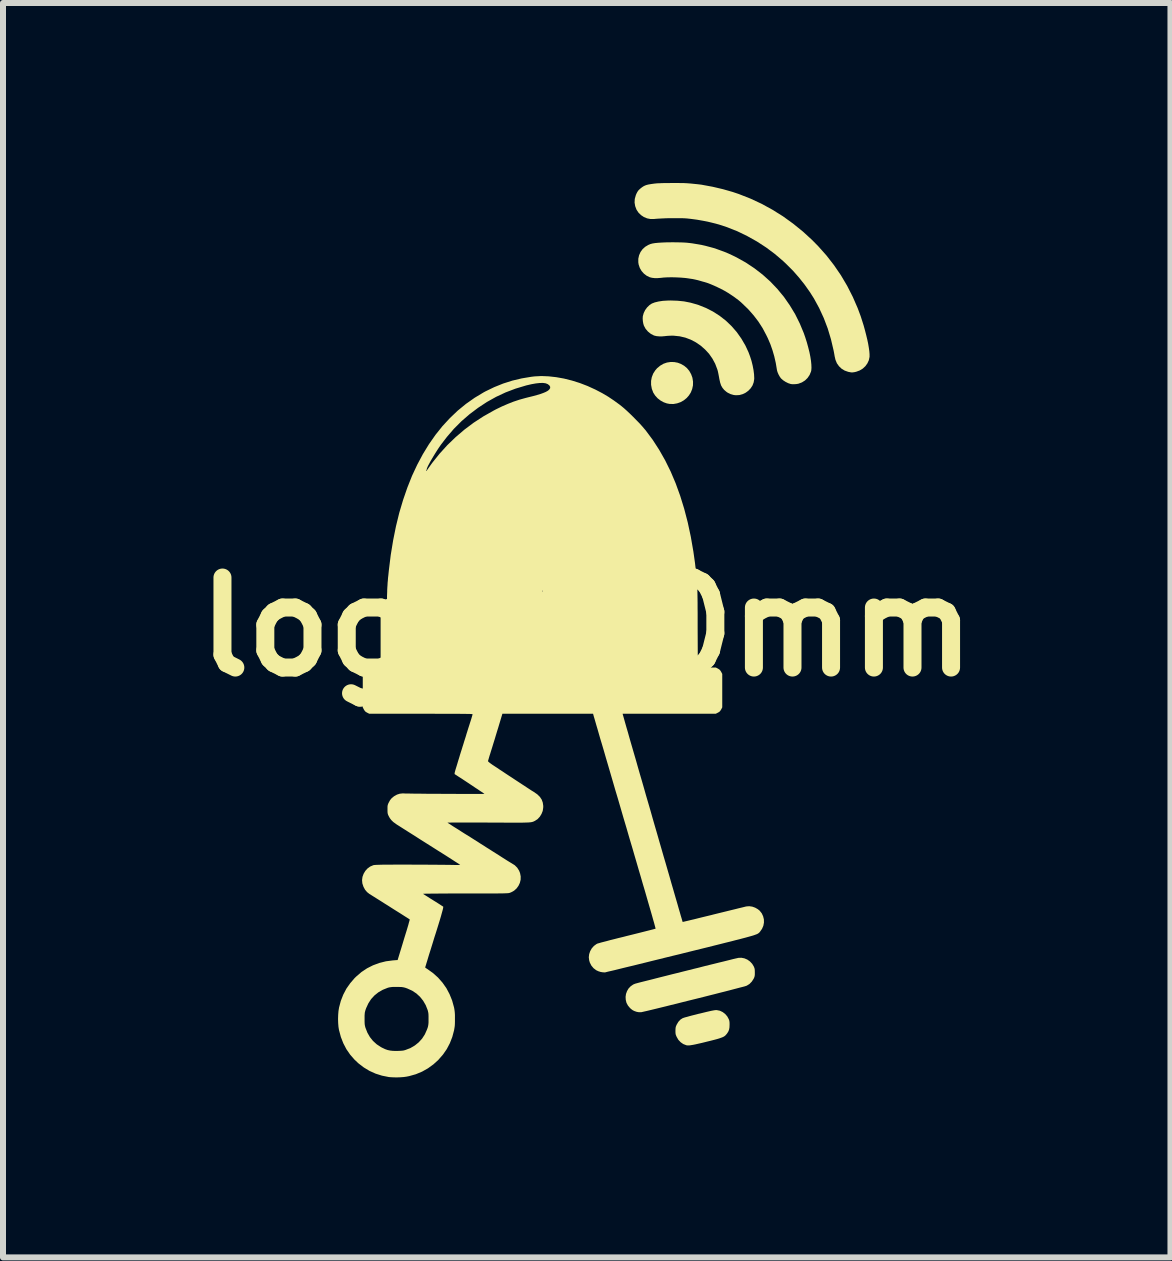
<source format=kicad_pcb>
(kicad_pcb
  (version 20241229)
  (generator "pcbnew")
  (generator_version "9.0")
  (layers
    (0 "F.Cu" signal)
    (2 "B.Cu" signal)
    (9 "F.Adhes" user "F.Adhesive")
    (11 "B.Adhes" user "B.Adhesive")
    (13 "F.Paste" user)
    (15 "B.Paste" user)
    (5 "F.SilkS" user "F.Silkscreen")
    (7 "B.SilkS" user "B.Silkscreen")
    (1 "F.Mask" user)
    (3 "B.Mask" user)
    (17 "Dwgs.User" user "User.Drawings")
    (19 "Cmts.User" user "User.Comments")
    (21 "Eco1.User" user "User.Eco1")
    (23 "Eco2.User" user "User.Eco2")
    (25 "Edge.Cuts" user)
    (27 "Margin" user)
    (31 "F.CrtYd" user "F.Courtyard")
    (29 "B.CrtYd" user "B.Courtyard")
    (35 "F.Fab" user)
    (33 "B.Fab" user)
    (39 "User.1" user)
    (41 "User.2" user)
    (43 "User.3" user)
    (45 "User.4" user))
  (footprint "logo_10mm"
    (layer "F.Cu")
    (at 6.729 7.397)
    (property "Reference" "logo_10mm" (at 0 0 0) (layer "F.SilkS") (effects (font (size 1.5 1.5) (thickness 0.3))))
    (attr board_only exclude_from_pos_files exclude_from_bom)
    (fp_poly (pts (xy 1.457 -4.413) (xy 1.516 -4.402) (xy 1.571 -4.381) (xy 1.623 -4.351) (xy 1.67 -4.312) (xy 1.709 -4.265) (xy 1.74 -4.209) (xy 1.761 -4.151) (xy 1.771 -4.087) (xy 1.77 -4.024) (xy 1.757 -3.964) (xy 1.735 -3.908) (xy 1.703 -3.857) (xy 1.663 -3.812) (xy 1.617 -3.775) (xy 1.564 -3.745) (xy 1.507 -3.725) (xy 1.446 -3.714) (xy 1.382 -3.715) (xy 1.334 -3.724) (xy 1.281 -3.743) (xy 1.229 -3.772) (xy 1.181 -3.809) (xy 1.141 -3.853) (xy 1.11 -3.9) (xy 1.108 -3.904) (xy 1.084 -3.968) (xy 1.072 -4.034) (xy 1.072 -4.099) (xy 1.084 -4.162) (xy 1.108 -4.223) (xy 1.144 -4.278) (xy 1.173 -4.311) (xy 1.224 -4.353) (xy 1.279 -4.385) (xy 1.337 -4.405) (xy 1.397 -4.414)) (stroke (width 0) (type solid)) (fill yes) (layer "F.SilkS"))
    (fp_poly (pts (xy 2.169 6.388) (xy 2.17 6.388) (xy 2.219 6.398) (xy 2.265 6.42) (xy 2.307 6.452) (xy 2.342 6.493) (xy 2.362 6.53) (xy 2.371 6.549) (xy 2.376 6.567) (xy 2.379 6.588) (xy 2.38 6.615) (xy 2.38 6.633) (xy 2.378 6.678) (xy 2.371 6.715) (xy 2.358 6.747) (xy 2.337 6.779) (xy 2.327 6.791) (xy 2.315 6.805) (xy 2.302 6.817) (xy 2.286 6.828) (xy 2.266 6.838) (xy 2.24 6.848) (xy 2.209 6.859) (xy 2.169 6.871) (xy 2.12 6.884) (xy 2.061 6.899) (xy 1.991 6.916) (xy 1.988 6.917) (xy 1.919 6.934) (xy 1.861 6.947) (xy 1.813 6.958) (xy 1.773 6.966) (xy 1.742 6.971) (xy 1.716 6.975) (xy 1.696 6.976) (xy 1.679 6.976) (xy 1.664 6.974) (xy 1.657 6.972) (xy 1.608 6.953) (xy 1.565 6.923) (xy 1.527 6.883) (xy 1.499 6.835) (xy 1.489 6.812) (xy 1.482 6.792) (xy 1.479 6.771) (xy 1.478 6.744) (xy 1.478 6.732) (xy 1.479 6.701) (xy 1.481 6.679) (xy 1.486 6.659) (xy 1.495 6.638) (xy 1.499 6.629) (xy 1.527 6.582) (xy 1.562 6.545) (xy 1.598 6.522) (xy 1.612 6.517) (xy 1.636 6.509) (xy 1.671 6.5) (xy 1.713 6.488) (xy 1.762 6.475) (xy 1.815 6.462) (xy 1.872 6.447) (xy 1.88 6.446) (xy 1.945 6.43) (xy 1.998 6.417) (xy 2.042 6.407) (xy 2.077 6.399) (xy 2.104 6.394) (xy 2.126 6.39) (xy 2.143 6.388) (xy 2.157 6.387)) (stroke (width 0) (type solid)) (fill yes) (layer "F.SilkS"))
    (fp_poly (pts (xy 1.513 -5.435) (xy 1.621 -5.424) (xy 1.728 -5.403) (xy 1.835 -5.373) (xy 1.86 -5.365) (xy 1.985 -5.315) (xy 2.103 -5.255) (xy 2.214 -5.184) (xy 2.318 -5.103) (xy 2.413 -5.012) (xy 2.5 -4.912) (xy 2.577 -4.803) (xy 2.645 -4.686) (xy 2.695 -4.578) (xy 2.722 -4.506) (xy 2.746 -4.431) (xy 2.765 -4.354) (xy 2.779 -4.28) (xy 2.788 -4.21) (xy 2.791 -4.147) (xy 2.791 -4.131) (xy 2.782 -4.075) (xy 2.762 -4.022) (xy 2.732 -3.976) (xy 2.693 -3.935) (xy 2.648 -3.902) (xy 2.598 -3.878) (xy 2.544 -3.863) (xy 2.487 -3.86) (xy 2.449 -3.864) (xy 2.396 -3.879) (xy 2.349 -3.902) (xy 2.326 -3.918) (xy 2.29 -3.949) (xy 2.262 -3.983) (xy 2.239 -4.023) (xy 2.223 -4.071) (xy 2.21 -4.129) (xy 2.206 -4.152) (xy 2.199 -4.19) (xy 2.191 -4.231) (xy 2.183 -4.267) (xy 2.175 -4.293) (xy 2.14 -4.385) (xy 2.093 -4.472) (xy 2.037 -4.552) (xy 1.971 -4.623) (xy 1.898 -4.687) (xy 1.819 -4.741) (xy 1.733 -4.786) (xy 1.643 -4.82) (xy 1.549 -4.842) (xy 1.452 -4.852) (xy 1.429 -4.853) (xy 1.392 -4.852) (xy 1.352 -4.85) (xy 1.317 -4.847) (xy 1.304 -4.845) (xy 1.256 -4.841) (xy 1.208 -4.841) (xy 1.163 -4.845) (xy 1.126 -4.854) (xy 1.119 -4.856) (xy 1.066 -4.884) (xy 1.019 -4.922) (xy 0.98 -4.968) (xy 0.952 -5.02) (xy 0.942 -5.054) (xy 0.935 -5.094) (xy 0.932 -5.137) (xy 0.934 -5.175) (xy 0.935 -5.179) (xy 0.949 -5.23) (xy 0.973 -5.279) (xy 1.006 -5.324) (xy 1.044 -5.361) (xy 1.084 -5.388) (xy 1.133 -5.407) (xy 1.195 -5.422) (xy 1.267 -5.433) (xy 1.35 -5.438) (xy 1.397 -5.439)) (stroke (width 0) (type solid)) (fill yes) (layer "F.SilkS"))
    (fp_poly (pts (xy 2.628 5.525) (xy 2.677 5.546) (xy 2.72 5.577) (xy 2.757 5.616) (xy 2.784 5.661) (xy 2.792 5.681) (xy 2.798 5.7) (xy 2.8 5.721) (xy 2.801 5.75) (xy 2.801 5.761) (xy 2.801 5.792) (xy 2.799 5.814) (xy 2.795 5.832) (xy 2.788 5.851) (xy 2.78 5.867) (xy 2.75 5.913) (xy 2.712 5.952) (xy 2.667 5.98) (xy 2.664 5.981) (xy 2.653 5.985) (xy 2.631 5.992) (xy 2.597 6.001) (xy 2.553 6.012) (xy 2.5 6.026) (xy 2.439 6.042) (xy 2.371 6.06) (xy 2.297 6.079) (xy 2.217 6.099) (xy 2.132 6.121) (xy 2.044 6.143) (xy 1.954 6.166) (xy 1.862 6.189) (xy 1.769 6.212) (xy 1.676 6.235) (xy 1.584 6.258) (xy 1.494 6.281) (xy 1.407 6.302) (xy 1.324 6.323) (xy 1.246 6.342) (xy 1.173 6.36) (xy 1.107 6.376) (xy 1.049 6.39) (xy 0.999 6.402) (xy 0.958 6.411) (xy 0.928 6.418) (xy 0.909 6.422) (xy 0.904 6.422) (xy 0.865 6.422) (xy 0.831 6.416) (xy 0.796 6.404) (xy 0.767 6.39) (xy 0.74 6.37) (xy 0.72 6.352) (xy 0.686 6.311) (xy 0.662 6.266) (xy 0.65 6.217) (xy 0.647 6.167) (xy 0.654 6.118) (xy 0.671 6.071) (xy 0.696 6.028) (xy 0.731 5.991) (xy 0.774 5.961) (xy 0.805 5.948) (xy 0.815 5.945) (xy 0.837 5.939) (xy 0.87 5.93) (xy 0.913 5.919) (xy 0.965 5.906) (xy 1.025 5.891) (xy 1.093 5.874) (xy 1.166 5.855) (xy 1.245 5.835) (xy 1.329 5.814) (xy 1.415 5.792) (xy 1.505 5.77) (xy 1.596 5.747) (xy 1.688 5.724) (xy 1.779 5.701) (xy 1.87 5.679) (xy 1.958 5.656) (xy 2.043 5.635) (xy 2.125 5.615) (xy 2.201 5.596) (xy 2.272 5.579) (xy 2.336 5.563) (xy 2.392 5.549) (xy 2.439 5.537) (xy 2.478 5.528) (xy 2.505 5.522) (xy 2.522 5.518) (xy 2.525 5.517) (xy 2.577 5.515)) (stroke (width 0) (type solid)) (fill yes) (layer "F.SilkS"))
    (fp_poly (pts (xy 1.523 -7.397) (xy 1.572 -7.396) (xy 1.615 -7.396) (xy 1.65 -7.394) (xy 1.672 -7.393) (xy 1.736 -7.388) (xy 1.794 -7.382) (xy 1.845 -7.377) (xy 1.887 -7.372) (xy 1.918 -7.368) (xy 1.922 -7.367) (xy 2.1 -7.334) (xy 2.27 -7.294) (xy 2.431 -7.248) (xy 2.535 -7.213) (xy 2.726 -7.138) (xy 2.913 -7.051) (xy 3.094 -6.952) (xy 3.27 -6.842) (xy 3.439 -6.72) (xy 3.602 -6.588) (xy 3.758 -6.445) (xy 3.86 -6.341) (xy 3.996 -6.188) (xy 4.121 -6.027) (xy 4.236 -5.859) (xy 4.34 -5.683) (xy 4.433 -5.5) (xy 4.515 -5.312) (xy 4.565 -5.178) (xy 4.59 -5.1) (xy 4.615 -5.021) (xy 4.637 -4.941) (xy 4.657 -4.863) (xy 4.675 -4.788) (xy 4.69 -4.717) (xy 4.701 -4.651) (xy 4.709 -4.594) (xy 4.713 -4.545) (xy 4.713 -4.506) (xy 4.713 -4.5) (xy 4.701 -4.443) (xy 4.677 -4.391) (xy 4.643 -4.344) (xy 4.6 -4.304) (xy 4.549 -4.273) (xy 4.492 -4.252) (xy 4.468 -4.246) (xy 4.435 -4.241) (xy 4.405 -4.241) (xy 4.373 -4.247) (xy 4.357 -4.25) (xy 4.298 -4.271) (xy 4.247 -4.302) (xy 4.204 -4.343) (xy 4.169 -4.392) (xy 4.145 -4.45) (xy 4.131 -4.51) (xy 4.128 -4.529) (xy 4.123 -4.557) (xy 4.117 -4.589) (xy 4.114 -4.605) (xy 4.07 -4.792) (xy 4.016 -4.972) (xy 3.95 -5.146) (xy 3.873 -5.313) (xy 3.786 -5.473) (xy 3.718 -5.58) (xy 3.631 -5.703) (xy 3.538 -5.82) (xy 3.439 -5.933) (xy 3.329 -6.043) (xy 3.272 -6.097) (xy 3.135 -6.214) (xy 2.989 -6.323) (xy 2.835 -6.423) (xy 2.674 -6.513) (xy 2.509 -6.593) (xy 2.34 -6.66) (xy 2.245 -6.692) (xy 2.153 -6.719) (xy 2.052 -6.744) (xy 1.947 -6.766) (xy 1.84 -6.785) (xy 1.736 -6.799) (xy 1.672 -6.806) (xy 1.629 -6.809) (xy 1.575 -6.811) (xy 1.514 -6.811) (xy 1.448 -6.811) (xy 1.38 -6.811) (xy 1.312 -6.809) (xy 1.247 -6.806) (xy 1.189 -6.803) (xy 1.139 -6.799) (xy 1.118 -6.797) (xy 1.061 -6.797) (xy 1.005 -6.808) (xy 0.952 -6.83) (xy 0.904 -6.862) (xy 0.863 -6.902) (xy 0.831 -6.949) (xy 0.83 -6.951) (xy 0.807 -7.011) (xy 0.797 -7.071) (xy 0.8 -7.131) (xy 0.817 -7.192) (xy 0.827 -7.217) (xy 0.842 -7.246) (xy 0.856 -7.268) (xy 0.874 -7.287) (xy 0.895 -7.306) (xy 0.921 -7.326) (xy 0.945 -7.342) (xy 0.971 -7.355) (xy 0.999 -7.365) (xy 1.033 -7.373) (xy 1.075 -7.38) (xy 1.126 -7.387) (xy 1.155 -7.39) (xy 1.178 -7.392) (xy 1.212 -7.393) (xy 1.254 -7.395) (xy 1.303 -7.396) (xy 1.357 -7.396) (xy 1.413 -7.397) (xy 1.469 -7.397)) (stroke (width 0) (type solid)) (fill yes) (layer "F.SilkS"))
    (fp_poly (pts (xy 1.448 -6.409) (xy 1.515 -6.408) (xy 1.572 -6.407) (xy 1.622 -6.405) (xy 1.667 -6.402) (xy 1.713 -6.397) (xy 1.76 -6.391) (xy 1.814 -6.382) (xy 1.875 -6.372) (xy 1.89 -6.369) (xy 1.914 -6.365) (xy 1.935 -6.36) (xy 1.957 -6.355) (xy 1.983 -6.349) (xy 2.016 -6.34) (xy 2.054 -6.33) (xy 2.08 -6.323) (xy 2.106 -6.316) (xy 2.117 -6.313) (xy 2.137 -6.307) (xy 2.154 -6.301) (xy 2.156 -6.3) (xy 2.168 -6.296) (xy 2.189 -6.288) (xy 2.215 -6.279) (xy 2.225 -6.275) (xy 2.294 -6.25) (xy 2.361 -6.222) (xy 2.43 -6.19) (xy 2.499 -6.156) (xy 2.651 -6.071) (xy 2.795 -5.975) (xy 2.931 -5.87) (xy 3.059 -5.755) (xy 3.177 -5.631) (xy 3.286 -5.499) (xy 3.384 -5.358) (xy 3.473 -5.211) (xy 3.55 -5.056) (xy 3.617 -4.895) (xy 3.641 -4.826) (xy 3.668 -4.741) (xy 3.691 -4.657) (xy 3.711 -4.578) (xy 3.726 -4.503) (xy 3.737 -4.433) (xy 3.743 -4.372) (xy 3.745 -4.318) (xy 3.742 -4.275) (xy 3.737 -4.254) (xy 3.714 -4.198) (xy 3.68 -4.148) (xy 3.637 -4.106) (xy 3.586 -4.074) (xy 3.53 -4.053) (xy 3.523 -4.051) (xy 3.492 -4.046) (xy 3.457 -4.044) (xy 3.424 -4.044) (xy 3.4 -4.047) (xy 3.357 -4.061) (xy 3.313 -4.083) (xy 3.273 -4.109) (xy 3.24 -4.138) (xy 3.233 -4.146) (xy 3.213 -4.175) (xy 3.194 -4.21) (xy 3.179 -4.246) (xy 3.17 -4.278) (xy 3.17 -4.279) (xy 3.15 -4.398) (xy 3.125 -4.508) (xy 3.095 -4.611) (xy 3.06 -4.711) (xy 3.017 -4.811) (xy 2.992 -4.862) (xy 2.93 -4.979) (xy 2.86 -5.088) (xy 2.781 -5.191) (xy 2.693 -5.291) (xy 2.593 -5.388) (xy 2.558 -5.42) (xy 2.528 -5.445) (xy 2.489 -5.474) (xy 2.447 -5.505) (xy 2.402 -5.535) (xy 2.36 -5.563) (xy 2.341 -5.574) (xy 2.292 -5.603) (xy 2.238 -5.631) (xy 2.181 -5.659) (xy 2.125 -5.685) (xy 2.071 -5.708) (xy 2.023 -5.727) (xy 1.984 -5.74) (xy 1.978 -5.741) (xy 1.963 -5.746) (xy 1.94 -5.752) (xy 1.912 -5.76) (xy 1.899 -5.764) (xy 1.853 -5.777) (xy 1.81 -5.787) (xy 1.768 -5.796) (xy 1.721 -5.803) (xy 1.667 -5.811) (xy 1.643 -5.814) (xy 1.572 -5.82) (xy 1.496 -5.824) (xy 1.419 -5.826) (xy 1.344 -5.825) (xy 1.276 -5.821) (xy 1.244 -5.817) (xy 1.183 -5.812) (xy 1.131 -5.812) (xy 1.088 -5.817) (xy 1.051 -5.826) (xy 0.999 -5.851) (xy 0.952 -5.887) (xy 0.913 -5.931) (xy 0.884 -5.981) (xy 0.865 -6.037) (xy 0.859 -6.074) (xy 0.859 -6.135) (xy 0.872 -6.193) (xy 0.896 -6.247) (xy 0.93 -6.294) (xy 0.974 -6.334) (xy 1.026 -6.365) (xy 1.062 -6.38) (xy 1.096 -6.389) (xy 1.139 -6.396) (xy 1.192 -6.401) (xy 1.256 -6.405) (xy 1.331 -6.408) (xy 1.418 -6.409)) (stroke (width 0) (type solid)) (fill yes) (layer "F.SilkS"))
    (fp_poly (pts (xy -0.635 -4.175) (xy -0.509 -4.161) (xy -0.38 -4.138) (xy -0.248 -4.105) (xy -0.117 -4.064) (xy 0.013 -4.014) (xy 0.14 -3.956) (xy 0.152 -3.95) (xy 0.259 -3.894) (xy 0.357 -3.836) (xy 0.451 -3.773) (xy 0.546 -3.704) (xy 0.579 -3.678) (xy 0.621 -3.643) (xy 0.669 -3.6) (xy 0.72 -3.552) (xy 0.774 -3.499) (xy 0.827 -3.445) (xy 0.879 -3.392) (xy 0.925 -3.341) (xy 0.965 -3.294) (xy 0.983 -3.273) (xy 1.099 -3.117) (xy 1.207 -2.95) (xy 1.307 -2.774) (xy 1.399 -2.587) (xy 1.482 -2.391) (xy 1.557 -2.184) (xy 1.624 -1.967) (xy 1.683 -1.74) (xy 1.734 -1.502) (xy 1.777 -1.254) (xy 1.804 -1.063) (xy 1.81 -1.01) (xy 1.816 -0.963) (xy 1.821 -0.919) (xy 1.826 -0.878) (xy 1.83 -0.839) (xy 1.833 -0.801) (xy 1.836 -0.763) (xy 1.839 -0.723) (xy 1.841 -0.681) (xy 1.842 -0.636) (xy 1.844 -0.586) (xy 1.845 -0.53) (xy 1.846 -0.468) (xy 1.847 -0.398) (xy 1.847 -0.32) (xy 1.848 -0.232) (xy 1.848 -0.133) (xy 1.848 -0.022) (xy 1.848 0.005) (xy 1.851 0.678) (xy 2.001 0.678) (xy 2.151 0.678) (xy 2.186 0.696) (xy 2.21 0.711) (xy 2.226 0.728) (xy 2.24 0.75) (xy 2.258 0.785) (xy 2.258 1.063) (xy 2.258 1.342) (xy 2.24 1.377) (xy 2.225 1.4) (xy 2.209 1.417) (xy 2.186 1.43) (xy 2.151 1.448) (xy 1.375 1.448) (xy 0.598 1.448) (xy 0.602 1.467) (xy 0.605 1.476) (xy 0.611 1.497) (xy 0.62 1.529) (xy 0.632 1.572) (xy 0.647 1.625) (xy 0.665 1.688) (xy 0.686 1.759) (xy 0.708 1.838) (xy 0.733 1.925) (xy 0.76 2.018) (xy 0.789 2.118) (xy 0.82 2.224) (xy 0.851 2.334) (xy 0.884 2.449) (xy 0.919 2.568) (xy 0.954 2.69) (xy 0.989 2.814) (xy 1.026 2.94) (xy 1.063 3.067) (xy 1.099 3.195) (xy 1.136 3.323) (xy 1.173 3.45) (xy 1.209 3.576) (xy 1.245 3.7) (xy 1.28 3.822) (xy 1.315 3.94) (xy 1.348 4.055) (xy 1.38 4.165) (xy 1.41 4.271) (xy 1.439 4.37) (xy 1.466 4.464) (xy 1.491 4.55) (xy 1.514 4.629) (xy 1.534 4.7) (xy 1.552 4.761) (xy 1.567 4.814) (xy 1.58 4.857) (xy 1.589 4.888) (xy 1.595 4.909) (xy 1.598 4.918) (xy 1.598 4.918) (xy 1.604 4.917) (xy 1.623 4.913) (xy 1.652 4.906) (xy 1.691 4.897) (xy 1.74 4.885) (xy 1.796 4.872) (xy 1.859 4.856) (xy 1.928 4.839) (xy 2.002 4.821) (xy 2.081 4.802) (xy 2.115 4.793) (xy 2.196 4.773) (xy 2.274 4.754) (xy 2.347 4.736) (xy 2.416 4.719) (xy 2.478 4.704) (xy 2.533 4.69) (xy 2.58 4.679) (xy 2.617 4.67) (xy 2.644 4.663) (xy 2.66 4.66) (xy 2.663 4.659) (xy 2.709 4.656) (xy 2.758 4.663) (xy 2.806 4.68) (xy 2.85 4.705) (xy 2.881 4.73) (xy 2.916 4.774) (xy 2.939 4.823) (xy 2.952 4.875) (xy 2.953 4.929) (xy 2.943 4.982) (xy 2.921 5.033) (xy 2.888 5.08) (xy 2.883 5.086) (xy 2.878 5.092) (xy 2.872 5.098) (xy 2.866 5.103) (xy 2.859 5.108) (xy 2.85 5.114) (xy 2.838 5.12) (xy 2.824 5.126) (xy 2.806 5.132) (xy 2.785 5.14) (xy 2.759 5.148) (xy 2.727 5.157) (xy 2.691 5.167) (xy 2.648 5.179) (xy 2.598 5.192) (xy 2.542 5.207) (xy 2.477 5.223) (xy 2.405 5.242) (xy 2.323 5.262) (xy 2.232 5.285) (xy 2.132 5.31) (xy 2.021 5.338) (xy 1.899 5.368) (xy 1.765 5.401) (xy 1.62 5.437) (xy 1.561 5.452) (xy 1.436 5.482) (xy 1.314 5.512) (xy 1.197 5.541) (xy 1.083 5.569) (xy 0.975 5.596) (xy 0.873 5.621) (xy 0.777 5.645) (xy 0.688 5.666) (xy 0.606 5.686) (xy 0.533 5.704) (xy 0.469 5.72) (xy 0.414 5.733) (xy 0.369 5.743) (xy 0.336 5.751) (xy 0.314 5.757) (xy 0.304 5.759) (xy 0.303 5.759) (xy 0.271 5.758) (xy 0.233 5.752) (xy 0.194 5.74) (xy 0.16 5.724) (xy 0.159 5.724) (xy 0.113 5.689) (xy 0.077 5.646) (xy 0.051 5.595) (xy 0.04 5.557) (xy 0.034 5.507) (xy 0.04 5.455) (xy 0.057 5.405) (xy 0.083 5.359) (xy 0.118 5.319) (xy 0.16 5.288) (xy 0.173 5.281) (xy 0.183 5.277) (xy 0.206 5.271) (xy 0.239 5.261) (xy 0.282 5.25) (xy 0.333 5.237) (xy 0.391 5.221) (xy 0.456 5.205) (xy 0.526 5.187) (xy 0.601 5.169) (xy 0.671 5.151) (xy 0.748 5.132) (xy 0.82 5.114) (xy 0.888 5.097) (xy 0.951 5.081) (xy 1.006 5.067) (xy 1.054 5.055) (xy 1.093 5.045) (xy 1.122 5.037) (xy 1.141 5.032) (xy 1.147 5.03) (xy 1.146 5.023) (xy 1.141 5.005) (xy 1.133 4.975) (xy 1.122 4.934) (xy 1.107 4.882) (xy 1.09 4.821) (xy 1.07 4.751) (xy 1.047 4.672) (xy 1.022 4.586) (xy 0.995 4.492) (xy 0.966 4.391) (xy 0.934 4.284) (xy 0.902 4.172) (xy 0.867 4.054) (xy 0.832 3.933) (xy 0.795 3.807) (xy 0.765 3.703) (xy 0.712 3.525) (xy 0.662 3.352) (xy 0.612 3.184) (xy 0.565 3.022) (xy 0.519 2.864) (xy 0.474 2.714) (xy 0.432 2.569) (xy 0.392 2.432) (xy 0.354 2.302) (xy 0.318 2.18) (xy 0.285 2.065) (xy 0.254 1.96) (xy 0.225 1.864) (xy 0.2 1.777) (xy 0.178 1.7) (xy 0.158 1.633) (xy 0.142 1.577) (xy 0.129 1.532) (xy 0.119 1.499) (xy 0.113 1.477) (xy 0.111 1.47) (xy 0.105 1.448) (xy -0.65 1.448) (xy -1.406 1.448) (xy -1.476 1.681) (xy -1.495 1.742) (xy -1.515 1.808) (xy -1.535 1.875) (xy -1.555 1.939) (xy -1.573 1.998) (xy -1.589 2.049) (xy -1.596 2.071) (xy -1.609 2.114) (xy -1.622 2.154) (xy -1.632 2.189) (xy -1.64 2.216) (xy -1.645 2.233) (xy -1.646 2.239) (xy -1.64 2.247) (xy -1.624 2.261) (xy -1.599 2.28) (xy -1.565 2.304) (xy -1.555 2.31) (xy -1.531 2.326) (xy -1.497 2.348) (xy -1.456 2.376) (xy -1.408 2.407) (xy -1.356 2.442) (xy -1.3 2.479) (xy -1.243 2.516) (xy -1.195 2.548) (xy -1.14 2.584) (xy -1.087 2.619) (xy -1.036 2.652) (xy -0.991 2.682) (xy -0.951 2.708) (xy -0.919 2.729) (xy -0.894 2.744) (xy -0.88 2.753) (xy -0.825 2.791) (xy -0.782 2.833) (xy -0.751 2.879) (xy -0.733 2.929) (xy -0.725 2.985) (xy -0.726 3.015) (xy -0.734 3.068) (xy -0.754 3.118) (xy -0.782 3.164) (xy -0.818 3.203) (xy -0.86 3.231) (xy -0.861 3.232) (xy -0.872 3.237) (xy -0.881 3.242) (xy -0.891 3.246) (xy -0.902 3.25) (xy -0.914 3.253) (xy -0.929 3.256) (xy -0.946 3.258) (xy -0.968 3.26) (xy -0.995 3.261) (xy -1.027 3.262) (xy -1.066 3.263) (xy -1.111 3.264) (xy -1.165 3.264) (xy -1.227 3.264) (xy -1.299 3.264) (xy -1.382 3.263) (xy -1.475 3.263) (xy -1.581 3.262) (xy -1.646 3.262) (xy -1.753 3.261) (xy -1.853 3.261) (xy -1.944 3.261) (xy -2.027 3.261) (xy -2.101 3.261) (xy -2.165 3.261) (xy -2.219 3.261) (xy -2.262 3.262) (xy -2.294 3.262) (xy -2.314 3.263) (xy -2.321 3.264) (xy -2.321 3.264) (xy -2.314 3.269) (xy -2.297 3.279) (xy -2.271 3.296) (xy -2.238 3.318) (xy -2.197 3.344) (xy -2.15 3.373) (xy -2.099 3.406) (xy -2.044 3.441) (xy -2.018 3.457) (xy -1.942 3.504) (xy -1.876 3.546) (xy -1.817 3.583) (xy -1.765 3.617) (xy -1.715 3.648) (xy -1.669 3.678) (xy -1.622 3.707) (xy -1.574 3.738) (xy -1.523 3.77) (xy -1.466 3.806) (xy -1.404 3.846) (xy -1.366 3.87) (xy -1.33 3.893) (xy -1.299 3.912) (xy -1.273 3.928) (xy -1.256 3.938) (xy -1.251 3.941) (xy -1.2 3.973) (xy -1.159 4.014) (xy -1.128 4.063) (xy -1.112 4.103) (xy -1.101 4.159) (xy -1.102 4.214) (xy -1.115 4.267) (xy -1.138 4.316) (xy -1.17 4.36) (xy -1.211 4.397) (xy -1.26 4.424) (xy -1.289 4.435) (xy -1.295 4.436) (xy -1.305 4.438) (xy -1.32 4.439) (xy -1.339 4.44) (xy -1.363 4.441) (xy -1.394 4.442) (xy -1.432 4.442) (xy -1.477 4.443) (xy -1.531 4.443) (xy -1.594 4.444) (xy -1.667 4.444) (xy -1.75 4.444) (xy -1.845 4.444) (xy -1.951 4.444) (xy -2.027 4.444) (xy -2.124 4.444) (xy -2.217 4.444) (xy -2.304 4.444) (xy -2.386 4.445) (xy -2.461 4.445) (xy -2.528 4.446) (xy -2.587 4.446) (xy -2.637 4.447) (xy -2.677 4.447) (xy -2.706 4.448) (xy -2.723 4.449) (xy -2.729 4.45) (xy -2.722 4.454) (xy -2.705 4.465) (xy -2.68 4.481) (xy -2.648 4.501) (xy -2.611 4.525) (xy -2.57 4.55) (xy -2.561 4.556) (xy -2.519 4.582) (xy -2.481 4.606) (xy -2.448 4.627) (xy -2.421 4.645) (xy -2.402 4.657) (xy -2.393 4.663) (xy -2.392 4.664) (xy -2.392 4.672) (xy -2.395 4.693) (xy -2.403 4.725) (xy -2.415 4.768) (xy -2.43 4.823) (xy -2.449 4.887) (xy -2.472 4.962) (xy -2.498 5.046) (xy -2.521 5.119) (xy -2.538 5.171) (xy -2.555 5.227) (xy -2.573 5.286) (xy -2.591 5.344) (xy -2.609 5.402) (xy -2.627 5.458) (xy -2.643 5.511) (xy -2.657 5.558) (xy -2.67 5.6) (xy -2.68 5.634) (xy -2.688 5.659) (xy -2.692 5.674) (xy -2.693 5.677) (xy -2.688 5.682) (xy -2.674 5.692) (xy -2.658 5.702) (xy -2.564 5.769) (xy -2.479 5.845) (xy -2.405 5.929) (xy -2.34 6.021) (xy -2.287 6.121) (xy -2.244 6.227) (xy -2.213 6.339) (xy -2.211 6.347) (xy -2.206 6.376) (xy -2.202 6.404) (xy -2.199 6.434) (xy -2.197 6.469) (xy -2.197 6.512) (xy -2.197 6.534) (xy -2.197 6.582) (xy -2.198 6.62) (xy -2.2 6.652) (xy -2.204 6.68) (xy -2.209 6.709) (xy -2.211 6.722) (xy -2.241 6.835) (xy -2.282 6.94) (xy -2.333 7.037) (xy -2.396 7.128) (xy -2.47 7.213) (xy -2.471 7.215) (xy -2.556 7.292) (xy -2.647 7.358) (xy -2.745 7.413) (xy -2.848 7.456) (xy -2.958 7.487) (xy -3.002 7.496) (xy -3.051 7.503) (xy -3.107 7.507) (xy -3.166 7.509) (xy -3.224 7.508) (xy -3.275 7.505) (xy -3.298 7.503) (xy -3.413 7.48) (xy -3.52 7.446) (xy -3.622 7.4) (xy -3.716 7.343) (xy -3.805 7.275) (xy -3.869 7.215) (xy -3.943 7.13) (xy -4.006 7.039) (xy -4.057 6.941) (xy -4.098 6.836) (xy -4.128 6.724) (xy -4.129 6.722) (xy -4.138 6.667) (xy -4.143 6.604) (xy -4.145 6.536) (xy -4.145 6.534) (xy -3.703 6.534) (xy -3.703 6.575) (xy -3.702 6.606) (xy -3.7 6.631) (xy -3.696 6.652) (xy -3.691 6.672) (xy -3.688 6.682) (xy -3.656 6.764) (xy -3.614 6.837) (xy -3.562 6.902) (xy -3.5 6.958) (xy -3.43 7.004) (xy -3.407 7.016) (xy -3.361 7.038) (xy -3.318 7.053) (xy -3.275 7.062) (xy -3.229 7.067) (xy -3.174 7.068) (xy -3.154 7.068) (xy -3.111 7.066) (xy -3.078 7.064) (xy -3.05 7.06) (xy -3.025 7.053) (xy -3.019 7.051) (xy -2.937 7.019) (xy -2.864 6.976) (xy -2.8 6.924) (xy -2.744 6.862) (xy -2.698 6.791) (xy -2.663 6.712) (xy -2.652 6.682) (xy -2.646 6.661) (xy -2.642 6.64) (xy -2.639 6.618) (xy -2.637 6.59) (xy -2.637 6.554) (xy -2.637 6.534) (xy -2.637 6.493) (xy -2.638 6.462) (xy -2.64 6.438) (xy -2.644 6.417) (xy -2.649 6.396) (xy -2.652 6.386) (xy -2.684 6.305) (xy -2.727 6.231) (xy -2.779 6.166) (xy -2.84 6.11) (xy -2.91 6.064) (xy -2.989 6.028) (xy -3.022 6.016) (xy -3.044 6.01) (xy -3.064 6.006) (xy -3.087 6.003) (xy -3.114 6.002) (xy -3.151 6.001) (xy -3.17 6.001) (xy -3.211 6.001) (xy -3.242 6.002) (xy -3.266 6.005) (xy -3.287 6.008) (xy -3.308 6.013) (xy -3.318 6.016) (xy -3.4 6.049) (xy -3.473 6.091) (xy -3.538 6.143) (xy -3.594 6.204) (xy -3.64 6.275) (xy -3.676 6.353) (xy -3.688 6.386) (xy -3.694 6.408) (xy -3.699 6.429) (xy -3.701 6.451) (xy -3.703 6.479) (xy -3.703 6.515) (xy -3.703 6.534) (xy -4.145 6.534) (xy -4.143 6.468) (xy -4.138 6.404) (xy -4.129 6.349) (xy -4.129 6.347) (xy -4.099 6.234) (xy -4.058 6.129) (xy -4.006 6.03) (xy -3.942 5.939) (xy -3.868 5.853) (xy -3.841 5.827) (xy -3.755 5.753) (xy -3.662 5.691) (xy -3.563 5.641) (xy -3.458 5.602) (xy -3.347 5.574) (xy -3.231 5.559) (xy -3.22 5.558) (xy -3.152 5.553) (xy -3.106 5.402) (xy -3.09 5.35) (xy -3.073 5.294) (xy -3.056 5.237) (xy -3.04 5.184) (xy -3.026 5.139) (xy -3.024 5.132) (xy -3.004 5.068) (xy -2.987 5.011) (xy -2.973 4.964) (xy -2.963 4.925) (xy -2.955 4.898) (xy -2.951 4.881) (xy -2.951 4.876) (xy -2.957 4.872) (xy -2.972 4.862) (xy -2.997 4.846) (xy -3.029 4.826) (xy -3.068 4.801) (xy -3.112 4.773) (xy -3.16 4.743) (xy -3.211 4.711) (xy -3.263 4.678) (xy -3.316 4.644) (xy -3.369 4.611) (xy -3.419 4.579) (xy -3.467 4.549) (xy -3.51 4.522) (xy -3.548 4.498) (xy -3.58 4.478) (xy -3.603 4.463) (xy -3.618 4.454) (xy -3.622 4.452) (xy -3.661 4.421) (xy -3.695 4.381) (xy -3.721 4.333) (xy -3.738 4.282) (xy -3.74 4.276) (xy -3.745 4.221) (xy -3.738 4.167) (xy -3.719 4.115) (xy -3.691 4.068) (xy -3.655 4.028) (xy -3.61 3.995) (xy -3.559 3.973) (xy -3.557 3.972) (xy -3.549 3.971) (xy -3.538 3.969) (xy -3.523 3.968) (xy -3.503 3.967) (xy -3.476 3.966) (xy -3.443 3.965) (xy -3.403 3.964) (xy -3.353 3.964) (xy -3.295 3.964) (xy -3.226 3.963) (xy -3.147 3.963) (xy -3.055 3.963) (xy -3.005 3.963) (xy -2.918 3.963) (xy -2.83 3.964) (xy -2.743 3.964) (xy -2.658 3.964) (xy -2.578 3.965) (xy -2.503 3.965) (xy -2.436 3.966) (xy -2.377 3.966) (xy -2.328 3.967) (xy -2.294 3.967) (xy -2.237 3.968) (xy -2.189 3.969) (xy -2.152 3.969) (xy -2.126 3.968) (xy -2.112 3.966) (xy -2.11 3.965) (xy -2.117 3.961) (xy -2.133 3.95) (xy -2.16 3.933) (xy -2.195 3.911) (xy -2.238 3.883) (xy -2.288 3.851) (xy -2.344 3.815) (xy -2.406 3.776) (xy -2.473 3.734) (xy -2.544 3.689) (xy -2.618 3.642) (xy -2.62 3.641) (xy -2.696 3.593) (xy -2.769 3.547) (xy -2.839 3.502) (xy -2.905 3.46) (xy -2.967 3.421) (xy -3.022 3.386) (xy -3.071 3.355) (xy -3.112 3.329) (xy -3.145 3.308) (xy -3.169 3.293) (xy -3.181 3.284) (xy -3.224 3.253) (xy -3.257 3.221) (xy -3.283 3.187) (xy -3.303 3.15) (xy -3.312 3.13) (xy -3.317 3.113) (xy -3.32 3.094) (xy -3.321 3.069) (xy -3.321 3.042) (xy -3.321 3.009) (xy -3.32 2.985) (xy -3.316 2.967) (xy -3.31 2.949) (xy -3.303 2.934) (xy -3.278 2.888) (xy -3.248 2.852) (xy -3.211 2.823) (xy -3.163 2.796) (xy -3.116 2.781) (xy -3.069 2.776) (xy -3.058 2.776) (xy -3.041 2.777) (xy -3.014 2.778) (xy -2.976 2.778) (xy -2.93 2.779) (xy -2.875 2.78) (xy -2.813 2.78) (xy -2.745 2.781) (xy -2.672 2.782) (xy -2.596 2.782) (xy -2.516 2.783) (xy -2.435 2.783) (xy -2.353 2.784) (xy -2.272 2.784) (xy -2.192 2.784) (xy -2.115 2.785) (xy -2.041 2.785) (xy -1.971 2.785) (xy -1.908 2.785) (xy -1.851 2.785) (xy -1.802 2.785) (xy -1.762 2.785) (xy -1.732 2.785) (xy -1.712 2.784) (xy -1.705 2.784) (xy -1.705 2.784) (xy -1.71 2.78) (xy -1.726 2.769) (xy -1.749 2.753) (xy -1.78 2.733) (xy -1.816 2.708) (xy -1.858 2.681) (xy -1.902 2.651) (xy -1.949 2.62) (xy -1.997 2.588) (xy -2.044 2.557) (xy -2.089 2.527) (xy -2.132 2.5) (xy -2.17 2.475) (xy -2.201 2.455) (xy -2.203 2.446) (xy -2.2 2.425) (xy -2.193 2.399) (xy -2.185 2.371) (xy -2.173 2.333) (xy -2.159 2.287) (xy -2.144 2.236) (xy -2.127 2.182) (xy -2.111 2.128) (xy -2.095 2.077) (xy -2.08 2.03) (xy -2.068 1.99) (xy -2.067 1.988) (xy -2.056 1.953) (xy -2.043 1.91) (xy -2.028 1.863) (xy -2.013 1.816) (xy -2.005 1.787) (xy -1.99 1.74) (xy -1.974 1.688) (xy -1.957 1.636) (xy -1.942 1.588) (xy -1.935 1.567) (xy -1.924 1.532) (xy -1.915 1.501) (xy -1.908 1.477) (xy -1.904 1.461) (xy -1.903 1.457) (xy -1.905 1.455) (xy -1.913 1.454) (xy -1.926 1.453) (xy -1.945 1.452) (xy -1.972 1.452) (xy -2.005 1.451) (xy -2.047 1.45) (xy -2.097 1.45) (xy -2.157 1.449) (xy -2.225 1.449) (xy -2.305 1.449) (xy -2.395 1.449) (xy -2.496 1.449) (xy -2.609 1.448) (xy -2.735 1.448) (xy -2.764 1.448) (xy -3.626 1.448) (xy -3.661 1.43) (xy -3.685 1.416) (xy -3.701 1.399) (xy -3.715 1.377) (xy -3.733 1.342) (xy -3.733 1.063) (xy -3.733 0.785) (xy -3.715 0.75) (xy -3.7 0.726) (xy -3.683 0.71) (xy -3.661 0.696) (xy -3.626 0.678) (xy -3.479 0.678) (xy -3.331 0.678) (xy -3.331 0.053) (xy -3.331 -0.058) (xy -3.331 -0.158) (xy -3.331 -0.246) (xy -3.331 -0.325) (xy -3.33 -0.395) (xy -3.329 -0.457) (xy -3.329 -0.513) (xy -3.327 -0.564) (xy -3.326 -0.596) (xy -0.742 -0.596) (xy -0.742 -0.582) (xy -0.74 -0.579) (xy -0.739 -0.581) (xy -0.738 -0.597) (xy -0.739 -0.607) (xy -0.741 -0.611) (xy -0.742 -0.603) (xy -0.742 -0.596) (xy -3.326 -0.596) (xy -3.326 -0.61) (xy -3.324 -0.653) (xy -3.321 -0.694) (xy -3.319 -0.734) (xy -3.315 -0.774) (xy -3.312 -0.816) (xy -3.307 -0.859) (xy -3.302 -0.907) (xy -3.298 -0.945) (xy -3.267 -1.197) (xy -3.227 -1.441) (xy -3.18 -1.675) (xy -3.125 -1.9) (xy -3.061 -2.115) (xy -2.99 -2.321) (xy -2.912 -2.517) (xy -2.872 -2.603) (xy -2.677 -2.603) (xy -2.676 -2.598) (xy -2.671 -2.601) (xy -2.66 -2.614) (xy -2.647 -2.633) (xy -2.629 -2.658) (xy -2.607 -2.689) (xy -2.584 -2.721) (xy -2.57 -2.74) (xy -2.452 -2.887) (xy -2.324 -3.028) (xy -2.186 -3.161) (xy -2.04 -3.286) (xy -1.885 -3.402) (xy -1.724 -3.507) (xy -1.556 -3.602) (xy -1.515 -3.624) (xy -1.412 -3.674) (xy -1.315 -3.716) (xy -1.221 -3.753) (xy -1.125 -3.785) (xy -1.025 -3.813) (xy -0.978 -3.825) (xy -0.897 -3.845) (xy -0.828 -3.864) (xy -0.771 -3.881) (xy -0.724 -3.898) (xy -0.686 -3.914) (xy -0.656 -3.93) (xy -0.634 -3.946) (xy -0.623 -3.958) (xy -0.61 -3.979) (xy -0.61 -4.001) (xy -0.623 -4.023) (xy -0.627 -4.027) (xy -0.652 -4.046) (xy -0.686 -4.059) (xy -0.73 -4.065) (xy -0.783 -4.064) (xy -0.847 -4.057) (xy -0.921 -4.044) (xy -1.007 -4.024) (xy -1.024 -4.019) (xy -1.19 -3.969) (xy -1.353 -3.907) (xy -1.511 -3.833) (xy -1.665 -3.747) (xy -1.812 -3.65) (xy -1.954 -3.543) (xy -2.088 -3.427) (xy -2.214 -3.301) (xy -2.331 -3.165) (xy -2.431 -3.035) (xy -2.462 -2.99) (xy -2.493 -2.943) (xy -2.524 -2.894) (xy -2.554 -2.845) (xy -2.582 -2.798) (xy -2.608 -2.753) (xy -2.63 -2.712) (xy -2.648 -2.678) (xy -2.66 -2.65) (xy -2.667 -2.63) (xy -2.668 -2.621) (xy -2.668 -2.615) (xy -2.67 -2.615) (xy -2.675 -2.613) (xy -2.677 -2.603) (xy -2.872 -2.603) (xy -2.825 -2.703) (xy -2.731 -2.879) (xy -2.63 -3.044) (xy -2.521 -3.2) (xy -2.405 -3.345) (xy -2.281 -3.479) (xy -2.151 -3.603) (xy -2.013 -3.716) (xy -1.868 -3.818) (xy -1.715 -3.91) (xy -1.685 -3.926) (xy -1.542 -3.995) (xy -1.393 -4.055) (xy -1.239 -4.104) (xy -1.083 -4.141) (xy -0.927 -4.167) (xy -0.87 -4.174) (xy -0.756 -4.18)) (stroke (width 0) (type solid)) (fill yes) (layer "F.SilkS")))
  (gr_rect
    (start -3 -3)
    (end 16.457 17.906)
    (stroke (width 0.1) (type default))
    (fill no)
    (layer "Edge.Cuts")))
</source>
